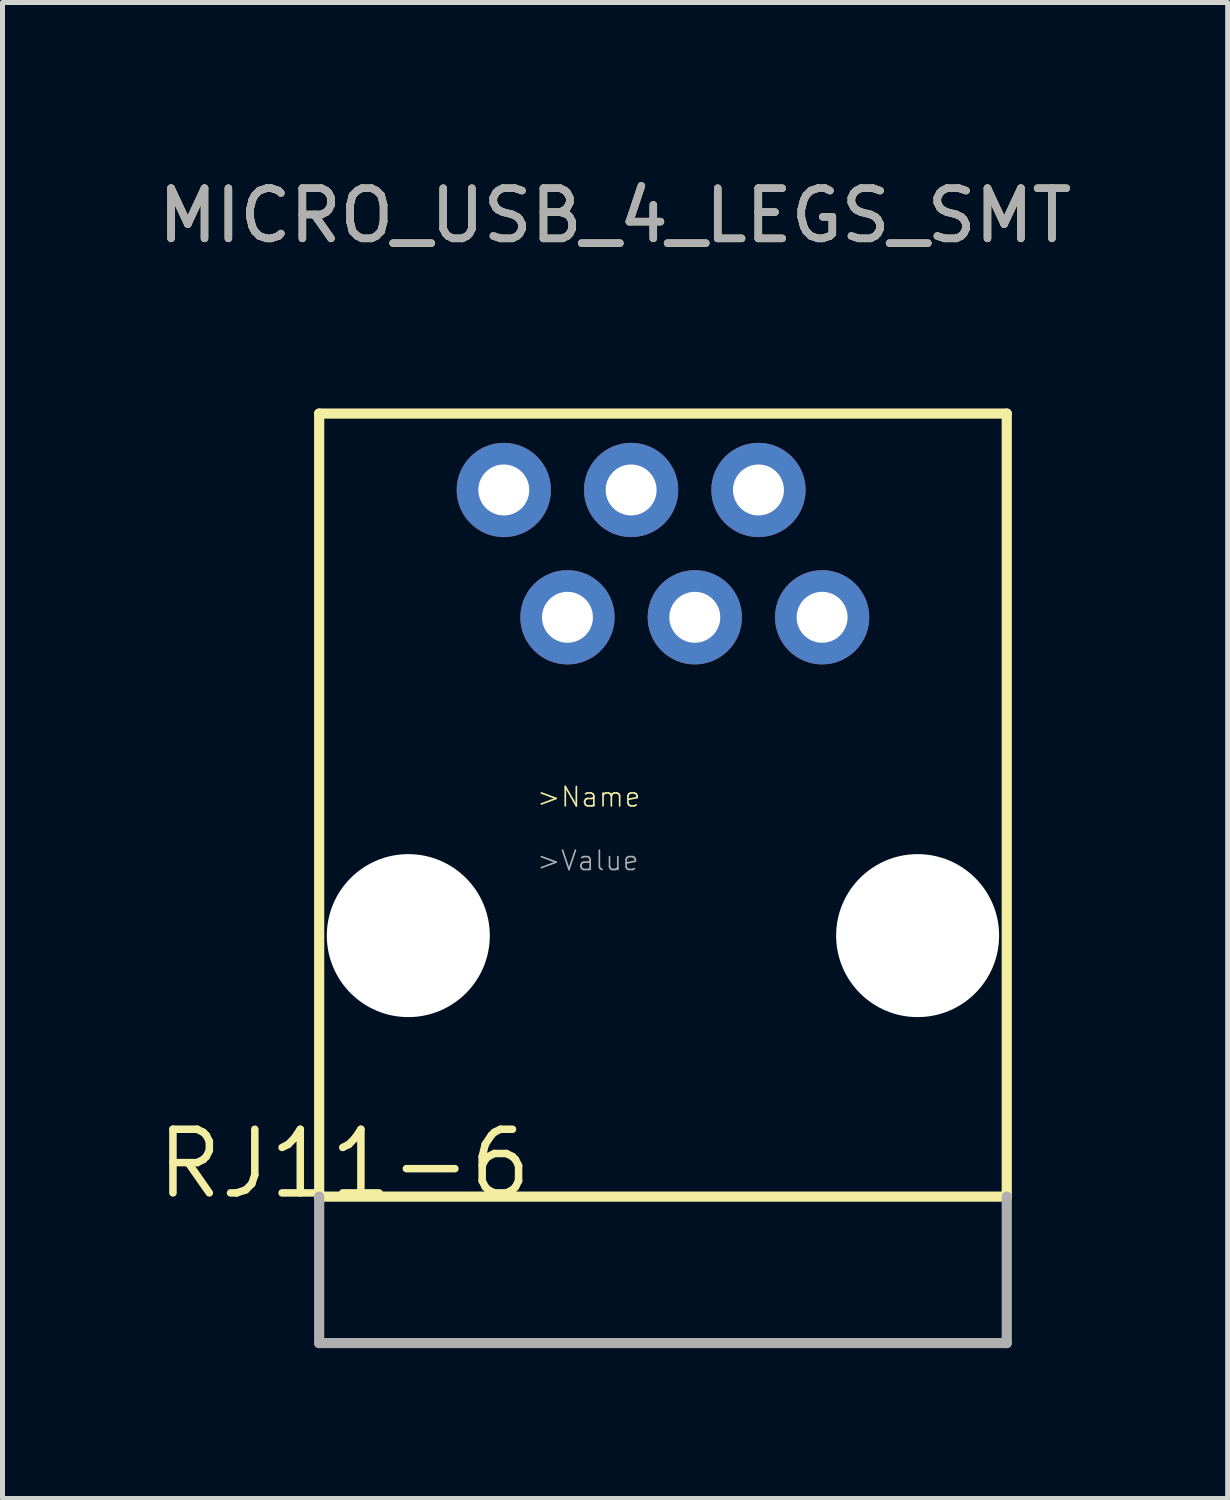
<source format=kicad_pcb>
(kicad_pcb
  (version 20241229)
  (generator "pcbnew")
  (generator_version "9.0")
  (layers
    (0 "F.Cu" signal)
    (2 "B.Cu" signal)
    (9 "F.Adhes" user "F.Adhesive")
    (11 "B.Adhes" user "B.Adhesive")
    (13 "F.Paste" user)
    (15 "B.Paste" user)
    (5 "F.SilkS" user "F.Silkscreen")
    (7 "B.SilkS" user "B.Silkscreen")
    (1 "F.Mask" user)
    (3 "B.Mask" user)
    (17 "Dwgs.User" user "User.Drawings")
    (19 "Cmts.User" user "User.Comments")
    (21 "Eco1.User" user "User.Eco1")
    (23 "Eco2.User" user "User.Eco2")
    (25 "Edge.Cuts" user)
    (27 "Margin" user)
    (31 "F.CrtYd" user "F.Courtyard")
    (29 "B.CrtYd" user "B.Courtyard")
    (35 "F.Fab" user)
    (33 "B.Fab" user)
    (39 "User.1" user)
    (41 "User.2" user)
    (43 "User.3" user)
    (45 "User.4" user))
  (footprint "RJ11-6"
    (layer "F.Cu")
    (at 10.175 15.614)
    (property "Reference" "RJ11-6" (at -2.54 3.81 0) (layer "F.SilkS") (effects (font (size 1.27 1.27) (thickness 0.15)) (justify right top)))
    (attr through_hole)
    (fp_line (start -6.858 -10.414) (end -6.858 5.207) (stroke (width 0.203) (type solid)) (layer "F.SilkS"))
    (fp_line (start 6.858 -10.414) (end -6.858 -10.414) (stroke (width 0.203) (type solid)) (layer "F.SilkS"))
    (fp_line (start 6.858 5.207) (end -6.858 5.207) (stroke (width 0.203) (type solid)) (layer "F.SilkS"))
    (fp_line (start 6.858 5.207) (end 6.858 -10.414) (stroke (width 0.203) (type solid)) (layer "F.SilkS"))
    (fp_line (start -6.858 5.207) (end -6.858 8.128) (stroke (width 0.203) (type solid)) (layer "F.Fab"))
    (fp_line (start -6.858 8.128) (end 6.858 8.128) (stroke (width 0.203) (type solid)) (layer "F.Fab"))
    (fp_line (start 6.858 8.128) (end 6.858 5.207) (stroke (width 0.203) (type solid)) (layer "F.Fab"))
    (fp_text user ">Name" (at -2.54 -2.54 0) (layer "F.SilkS") (effects (font (size 0.386 0.386) (thickness 0.033)) (justify left bottom)))
    (fp_text user ">Value" (at -2.54 -1.27 0) (layer "F.Fab") (effects (font (size 0.386 0.386) (thickness 0.033)) (justify left bottom)))
    (pad "" np_thru_hole circle (at -5.08 0) (size 3.251 3.251) (drill 3.251) (layers "*.Cu" "*.Mask"))
    (pad "" np_thru_hole circle (at 5.08 0) (size 3.251 3.251) (drill 3.251) (layers "*.Cu" "*.Mask"))
    (pad "1" thru_hole circle (at -3.175 -8.89) (size 1.88 1.88) (drill 1.016) (layers "*.Cu" "*.Mask"))
    (pad "2" thru_hole circle (at -1.905 -6.35) (size 1.88 1.88) (drill 1.016) (layers "*.Cu" "*.Mask"))
    (pad "3" thru_hole circle (at -0.635 -8.89) (size 1.88 1.88) (drill 1.016) (layers "*.Cu" "*.Mask"))
    (pad "4" thru_hole circle (at 0.635 -6.35) (size 1.88 1.88) (drill 1.016) (layers "*.Cu" "*.Mask"))
    (pad "5" thru_hole circle (at 1.905 -8.89) (size 1.88 1.88) (drill 1.016) (layers "*.Cu" "*.Mask"))
    (pad "6" thru_hole circle (at 3.175 -6.35) (size 1.88 1.88) (drill 1.016) (layers "*.Cu" "*.Mask")))
  (footprint "MICRO_USB_4_LEGS_SMT"
    (layer "F.Cu")
    (at 9.22 0.25)
    (property "Reference" "MICRO_USB_4_LEGS_SMT" (at 0 1 0) (layer "F.SilkS") (effects (font (size 1 1) (thickness 0.15))))
    (attr through_hole)
    (fp_text user "${REFERENCE}" (at 0 1 0) (layer "F.Fab") (effects (font (size 1 1) (thickness 0.15)))))
  (gr_rect
    (start -3 -3)
    (end 21.44 26.843)
    (stroke (width 0.1) (type default))
    (fill no)
    (layer "Edge.Cuts")))
</source>
